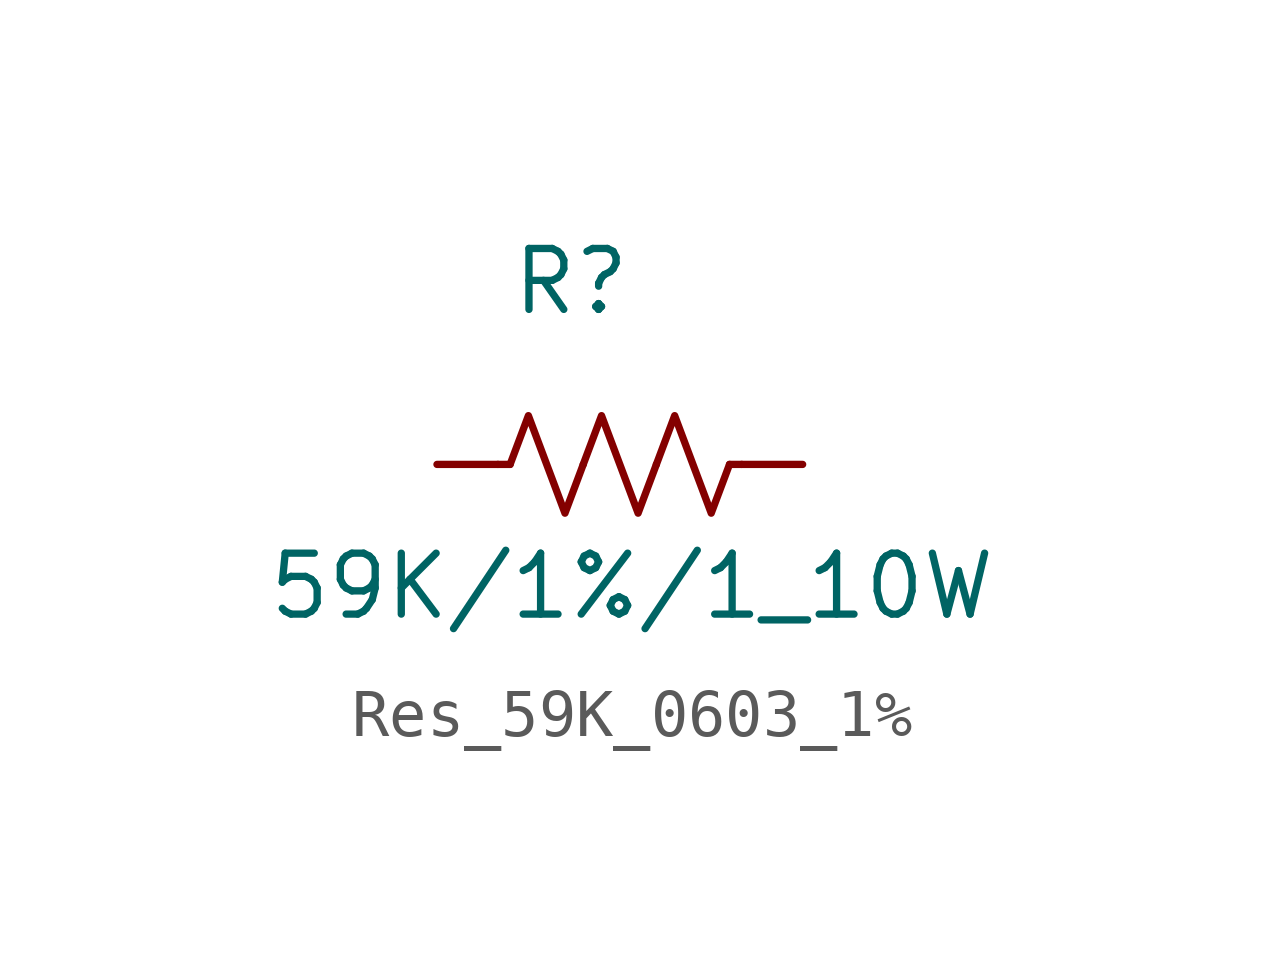
<source format=kicad_sym>
(kicad_symbol_lib
  (version 20231120)
  (generator "kicad_symbol_editor")
  (generator_version "8.0")
  (symbol "Res_59K_0603_1%"
    (pin_numbers hide)
    (pin_names hide)
    (property "Reference" "R"
      (at 2.794 3.81 0)
      (effects (font (size 1.27 1.27))))
    (property "Value" "59K/1%/1_10W"
      (at 4.064 -2.54 0)
      (effects (font (size 1.27 1.27))))
    (symbol "Res_59K_0603_1%_0_1"
      (polyline (pts (xy 1.524 0) (xy 1.27 0)) (stroke (width 0) (type default)) (fill (type none)))
      (polyline (pts (xy 6.096 0) (xy 6.35 0)) (stroke (width 0) (type default)) (fill (type none)))
      (polyline (pts (xy 1.524 0) (xy 1.905 1.016) (xy 2.286 0) (xy 2.667 -1.016) (xy 3.048 0)) (stroke (width 0) (type default)) (fill (type none)))
      (polyline (pts (xy 3.048 0) (xy 3.429 1.016) (xy 3.81 0) (xy 4.191 -1.016) (xy 4.572 0)) (stroke (width 0) (type default)) (fill (type none)))
      (polyline (pts (xy 4.572 0) (xy 4.953 1.016) (xy 5.334 0) (xy 5.715 -1.016) (xy 6.096 0)) (stroke (width 0) (type default)) (fill (type none))))
    (symbol "Res_59K_0603_1%_1_1"
      (pin passive line (at 0 0 0) (length 1.27) (name "~" (effects (font (size 1.27 1.27)))) (number "1" (effects (font (size 1.27 1.27)))))
      (pin passive line (at 7.62 0 180) (length 1.27) (name "~" (effects (font (size 1.27 1.27)))) (number "2" (effects (font (size 1.27 1.27))))))))
</source>
